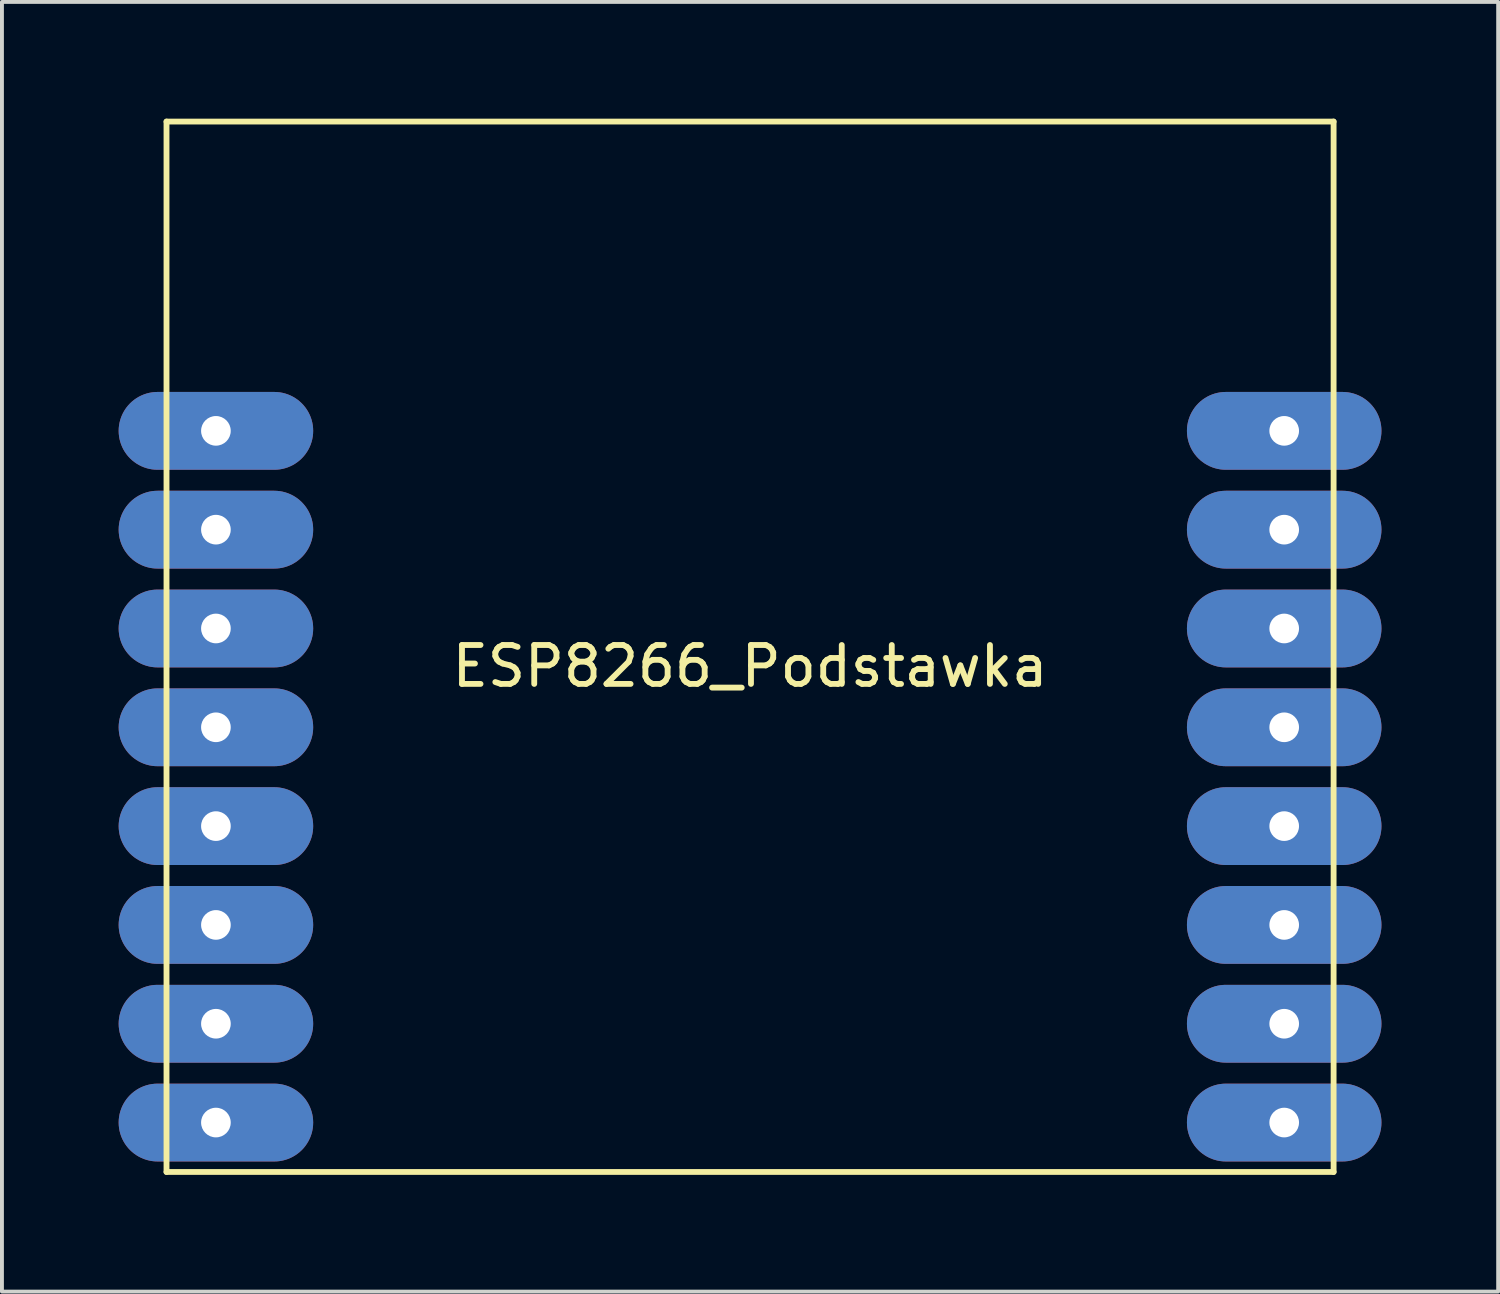
<source format=kicad_pcb>
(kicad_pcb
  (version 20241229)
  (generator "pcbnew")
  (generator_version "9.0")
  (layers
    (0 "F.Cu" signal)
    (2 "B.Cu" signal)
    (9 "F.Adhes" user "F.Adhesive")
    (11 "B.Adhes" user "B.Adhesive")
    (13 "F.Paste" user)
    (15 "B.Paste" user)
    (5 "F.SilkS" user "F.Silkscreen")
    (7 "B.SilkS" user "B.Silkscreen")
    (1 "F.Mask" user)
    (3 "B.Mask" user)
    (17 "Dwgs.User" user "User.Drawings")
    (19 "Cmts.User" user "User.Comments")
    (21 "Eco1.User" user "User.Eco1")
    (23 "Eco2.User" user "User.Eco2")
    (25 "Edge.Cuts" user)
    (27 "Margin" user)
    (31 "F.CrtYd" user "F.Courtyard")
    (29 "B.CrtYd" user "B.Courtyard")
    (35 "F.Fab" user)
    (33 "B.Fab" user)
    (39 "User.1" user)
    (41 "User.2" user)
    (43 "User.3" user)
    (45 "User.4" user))
  (footprint "ESP8266_Podstawka"
    (layer "F.Cu")
    (at 16.23 13.575)
    (property "Reference" "ESP8266_Podstawka" (at 0 0.5 0) (layer "F.SilkS") (effects (font (size 1 1) (thickness 0.15))))
    (attr through_hole)
    (fp_line (start -15 -13.5) (end -15 13.5) (stroke (width 0.15) (type solid)) (layer "F.SilkS"))
    (fp_line (start -15 13.5) (end 15 13.5) (stroke (width 0.15) (type solid)) (layer "F.SilkS"))
    (fp_line (start 15 -13.5) (end -15 -13.5) (stroke (width 0.15) (type solid)) (layer "F.SilkS"))
    (fp_line (start 15 13.5) (end 15 -13.5) (stroke (width 0.15) (type solid)) (layer "F.SilkS"))
    (pad "1" thru_hole oval (at -13.73 -5.55) (size 5 2) (drill 0.762) (layers "*.Cu" "*.Mask"))
    (pad "2" thru_hole oval (at -13.73 -3.01) (size 5 2) (drill 0.762) (layers "*.Cu" "*.Mask"))
    (pad "3" thru_hole oval (at -13.73 -0.47) (size 5 2) (drill 0.762) (layers "*.Cu" "*.Mask"))
    (pad "4" thru_hole oval (at -13.73 2.07) (size 5 2) (drill 0.762) (layers "*.Cu" "*.Mask"))
    (pad "5" thru_hole oval (at -13.73 4.61) (size 5 2) (drill 0.762) (layers "*.Cu" "*.Mask"))
    (pad "6" thru_hole oval (at -13.73 7.15) (size 5 2) (drill 0.762) (layers "*.Cu" "*.Mask"))
    (pad "7" thru_hole oval (at -13.73 9.69) (size 5 2) (drill 0.762) (layers "*.Cu" "*.Mask"))
    (pad "8" thru_hole oval (at -13.73 12.23) (size 5 2) (drill 0.762) (layers "*.Cu" "*.Mask"))
    (pad "15" thru_hole oval (at 13.73 12.23) (size 5 2) (drill 0.762) (layers "*.Cu" "*.Mask"))
    (pad "16" thru_hole oval (at 13.73 9.69) (size 5 2) (drill 0.762) (layers "*.Cu" "*.Mask"))
    (pad "17" thru_hole oval (at 13.73 7.15) (size 5 2) (drill 0.762) (layers "*.Cu" "*.Mask"))
    (pad "18" thru_hole oval (at 13.73 4.61) (size 5 2) (drill 0.762) (layers "*.Cu" "*.Mask"))
    (pad "19" thru_hole oval (at 13.73 2.07) (size 5 2) (drill 0.762) (layers "*.Cu" "*.Mask"))
    (pad "20" thru_hole oval (at 13.73 -0.47) (size 5 2) (drill 0.762) (layers "*.Cu" "*.Mask"))
    (pad "21" thru_hole oval (at 13.73 -3.01) (size 5 2) (drill 0.762) (layers "*.Cu" "*.Mask"))
    (pad "22" thru_hole oval (at 13.73 -5.55) (size 5 2) (drill 0.762) (layers "*.Cu" "*.Mask")))
  (gr_rect
    (start -3 -3)
    (end 35.46 30.15)
    (stroke (width 0.1) (type default))
    (fill no)
    (layer "Edge.Cuts")))
</source>
